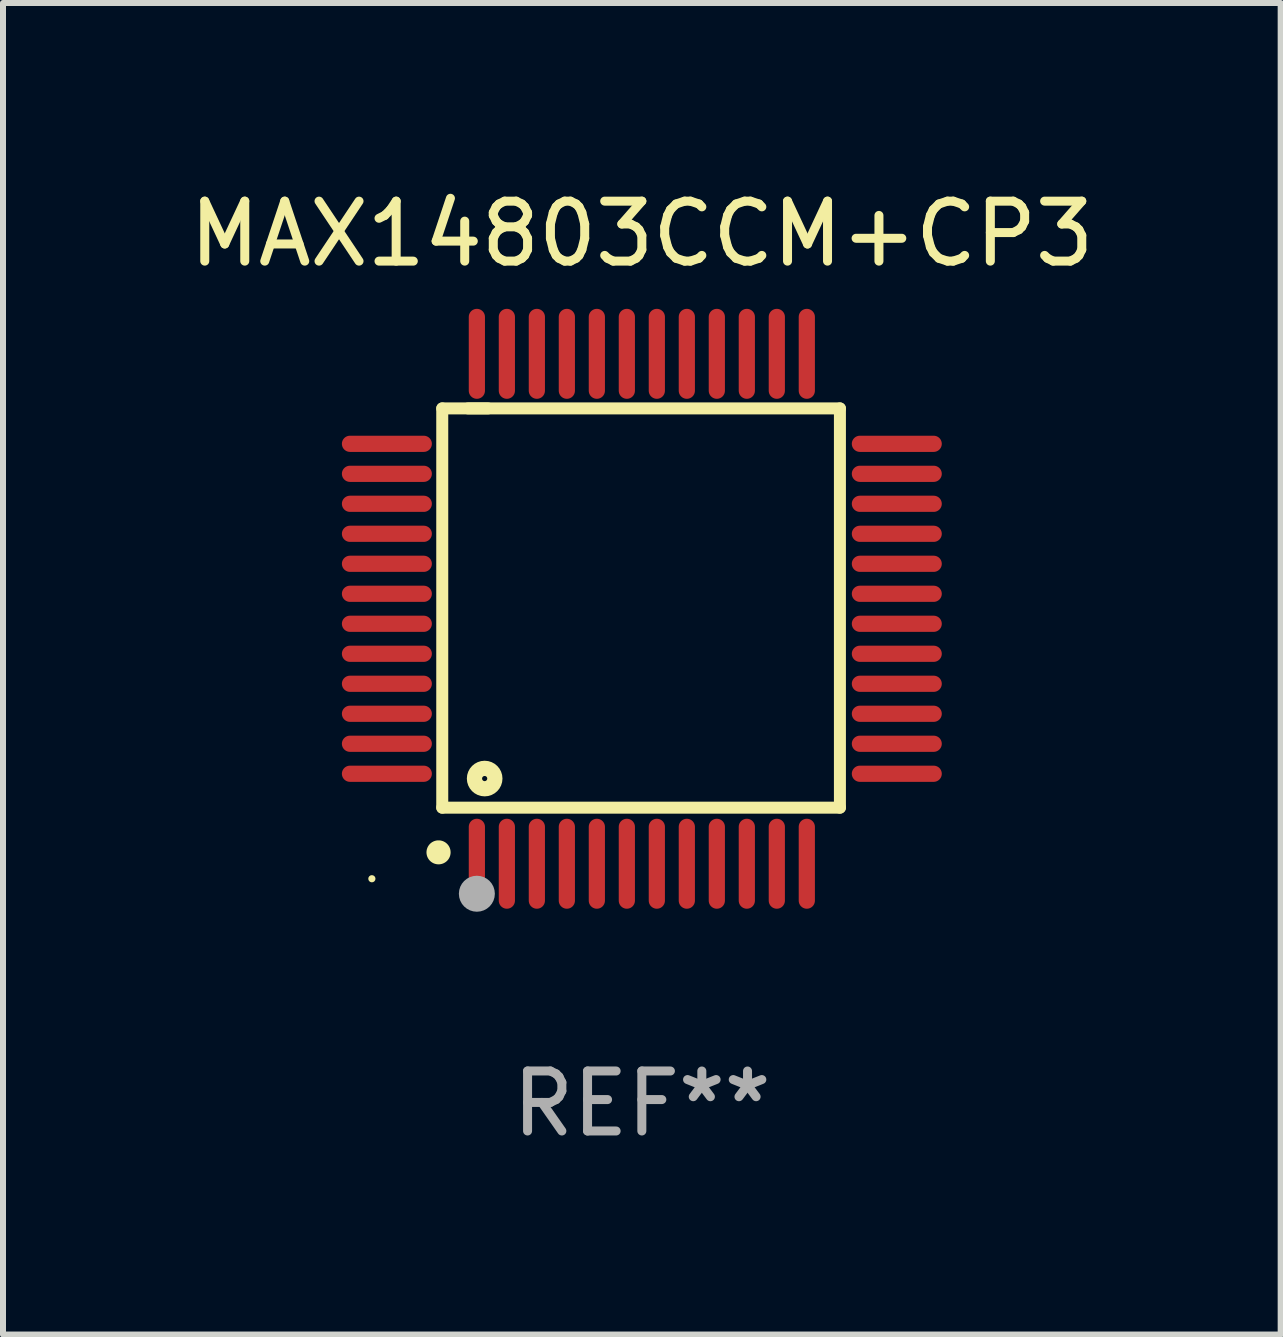
<source format=kicad_pcb>
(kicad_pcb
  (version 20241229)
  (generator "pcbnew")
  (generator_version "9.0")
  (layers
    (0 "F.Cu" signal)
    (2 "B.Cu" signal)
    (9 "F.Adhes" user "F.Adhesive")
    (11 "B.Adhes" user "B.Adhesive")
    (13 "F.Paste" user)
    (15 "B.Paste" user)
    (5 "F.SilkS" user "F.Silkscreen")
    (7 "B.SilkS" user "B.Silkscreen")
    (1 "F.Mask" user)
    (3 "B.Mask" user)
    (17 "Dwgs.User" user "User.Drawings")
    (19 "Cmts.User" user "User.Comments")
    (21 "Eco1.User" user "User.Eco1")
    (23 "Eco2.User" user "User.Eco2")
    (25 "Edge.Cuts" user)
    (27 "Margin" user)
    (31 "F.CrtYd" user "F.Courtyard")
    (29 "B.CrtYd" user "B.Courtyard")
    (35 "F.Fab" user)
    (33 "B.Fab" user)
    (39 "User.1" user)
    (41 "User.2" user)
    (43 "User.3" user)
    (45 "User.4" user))
  (footprint "MAX14803CCM+CP3"
    (layer "F.Cu")
    (at 7.649 7.098)
    (property "Reference" "MAX14803CCM+CP3" (at 0 -6.25 0) (layer "F.SilkS") (effects (font (size 1 1) (thickness 0.15))))
    (attr through_hole)
    (fp_line (start -3.327 -3.34) (end -2.565 -3.34) (stroke (width 0.2) (type solid)) (layer "F.SilkS"))
    (fp_line (start -3.327 3.315) (end -3.327 -3.34) (stroke (width 0.2) (type solid)) (layer "F.SilkS"))
    (fp_line (start -2.896 -3.34) (end 3.302 -3.34) (stroke (width 0.2) (type solid)) (layer "F.SilkS"))
    (fp_line (start 3.302 -3.34) (end 3.302 3.315) (stroke (width 0.2) (type solid)) (layer "F.SilkS"))
    (fp_line (start 3.302 3.315) (end -3.327 3.315) (stroke (width 0.2) (type solid)) (layer "F.SilkS"))
    (fp_arc (start -3.389992 4.059995) (mid -3.388722 4.059991) (end -3.387452 4.059995) (stroke (width 0.4) (type solid)) (layer "F.SilkS"))
    (fp_circle (center -4.5 4.5) (end -4.47 4.5) (stroke (width 0.06) (type solid)) (fill no) (layer "F.SilkS"))
    (fp_circle (center -2.62 2.83) (end -2.45 2.83) (stroke (width 0.254) (type solid)) (fill no) (layer "F.SilkS"))
    (fp_circle (center -2.75 4.75) (end -2.6 4.75) (stroke (width 0.3) (type solid)) (fill no) (layer "F.Fab"))
    (fp_text user "REF**" (at 0 8.25 0) (layer "F.Fab") (effects (font (size 1 1) (thickness 0.15))))
    (pad "1" smd oval (at -2.75 4.25) (size 0.27 1.5) (layers "F.Cu" "F.Mask" "F.Paste"))
    (pad "2" smd oval (at -2.25 4.25) (size 0.27 1.5) (layers "F.Cu" "F.Mask" "F.Paste"))
    (pad "3" smd oval (at -1.75 4.25) (size 0.27 1.5) (layers "F.Cu" "F.Mask" "F.Paste"))
    (pad "4" smd oval (at -1.25 4.25) (size 0.27 1.5) (layers "F.Cu" "F.Mask" "F.Paste"))
    (pad "5" smd oval (at -0.75 4.25) (size 0.27 1.5) (layers "F.Cu" "F.Mask" "F.Paste"))
    (pad "6" smd oval (at -0.25 4.25) (size 0.27 1.5) (layers "F.Cu" "F.Mask" "F.Paste"))
    (pad "7" smd oval (at 0.25 4.25) (size 0.27 1.5) (layers "F.Cu" "F.Mask" "F.Paste"))
    (pad "8" smd oval (at 0.75 4.25) (size 0.27 1.5) (layers "F.Cu" "F.Mask" "F.Paste"))
    (pad "9" smd oval (at 1.25 4.25) (size 0.27 1.5) (layers "F.Cu" "F.Mask" "F.Paste"))
    (pad "10" smd oval (at 1.75 4.25) (size 0.27 1.5) (layers "F.Cu" "F.Mask" "F.Paste"))
    (pad "11" smd oval (at 2.25 4.25) (size 0.27 1.5) (layers "F.Cu" "F.Mask" "F.Paste"))
    (pad "12" smd oval (at 2.75 4.25) (size 0.27 1.5) (layers "F.Cu" "F.Mask" "F.Paste"))
    (pad "13" smd oval (at 4.25 2.75) (size 1.5 0.27) (layers "F.Cu" "F.Mask" "F.Paste"))
    (pad "14" smd oval (at 4.25 2.25) (size 1.5 0.27) (layers "F.Cu" "F.Mask" "F.Paste"))
    (pad "15" smd oval (at 4.25 1.75) (size 1.5 0.27) (layers "F.Cu" "F.Mask" "F.Paste"))
    (pad "16" smd oval (at 4.25 1.25) (size 1.5 0.27) (layers "F.Cu" "F.Mask" "F.Paste"))
    (pad "17" smd oval (at 4.25 0.75) (size 1.5 0.27) (layers "F.Cu" "F.Mask" "F.Paste"))
    (pad "18" smd oval (at 4.25 0.25) (size 1.5 0.27) (layers "F.Cu" "F.Mask" "F.Paste"))
    (pad "19" smd oval (at 4.25 -0.25) (size 1.5 0.27) (layers "F.Cu" "F.Mask" "F.Paste"))
    (pad "20" smd oval (at 4.25 -0.75) (size 1.5 0.27) (layers "F.Cu" "F.Mask" "F.Paste"))
    (pad "21" smd oval (at 4.25 -1.25) (size 1.5 0.27) (layers "F.Cu" "F.Mask" "F.Paste"))
    (pad "22" smd oval (at 4.25 -1.75) (size 1.5 0.27) (layers "F.Cu" "F.Mask" "F.Paste"))
    (pad "23" smd oval (at 4.25 -2.25) (size 1.5 0.27) (layers "F.Cu" "F.Mask" "F.Paste"))
    (pad "24" smd oval (at 4.25 -2.75) (size 1.5 0.27) (layers "F.Cu" "F.Mask" "F.Paste"))
    (pad "25" smd oval (at 2.75 -4.25) (size 0.27 1.5) (layers "F.Cu" "F.Mask" "F.Paste"))
    (pad "26" smd oval (at 2.25 -4.25) (size 0.27 1.5) (layers "F.Cu" "F.Mask" "F.Paste"))
    (pad "27" smd oval (at 1.75 -4.25) (size 0.27 1.5) (layers "F.Cu" "F.Mask" "F.Paste"))
    (pad "28" smd oval (at 1.25 -4.25) (size 0.27 1.5) (layers "F.Cu" "F.Mask" "F.Paste"))
    (pad "29" smd oval (at 0.75 -4.25) (size 0.27 1.5) (layers "F.Cu" "F.Mask" "F.Paste"))
    (pad "30" smd oval (at 0.25 -4.25) (size 0.27 1.5) (layers "F.Cu" "F.Mask" "F.Paste"))
    (pad "31" smd oval (at -0.25 -4.25) (size 0.27 1.5) (layers "F.Cu" "F.Mask" "F.Paste"))
    (pad "32" smd oval (at -0.75 -4.25) (size 0.27 1.5) (layers "F.Cu" "F.Mask" "F.Paste"))
    (pad "33" smd oval (at -1.25 -4.25) (size 0.27 1.5) (layers "F.Cu" "F.Mask" "F.Paste"))
    (pad "34" smd oval (at -1.75 -4.25) (size 0.27 1.5) (layers "F.Cu" "F.Mask" "F.Paste"))
    (pad "35" smd oval (at -2.25 -4.25) (size 0.27 1.5) (layers "F.Cu" "F.Mask" "F.Paste"))
    (pad "36" smd oval (at -2.75 -4.25) (size 0.27 1.5) (layers "F.Cu" "F.Mask" "F.Paste"))
    (pad "37" smd oval (at -4.25 -2.75) (size 1.5 0.27) (layers "F.Cu" "F.Mask" "F.Paste"))
    (pad "38" smd oval (at -4.25 -2.25) (size 1.5 0.27) (layers "F.Cu" "F.Mask" "F.Paste"))
    (pad "39" smd oval (at -4.25 -1.75) (size 1.5 0.27) (layers "F.Cu" "F.Mask" "F.Paste"))
    (pad "40" smd oval (at -4.25 -1.25) (size 1.5 0.27) (layers "F.Cu" "F.Mask" "F.Paste"))
    (pad "41" smd oval (at -4.25 -0.75) (size 1.5 0.27) (layers "F.Cu" "F.Mask" "F.Paste"))
    (pad "42" smd oval (at -4.25 -0.25) (size 1.5 0.27) (layers "F.Cu" "F.Mask" "F.Paste"))
    (pad "43" smd oval (at -4.25 0.25) (size 1.5 0.27) (layers "F.Cu" "F.Mask" "F.Paste"))
    (pad "44" smd oval (at -4.25 0.75) (size 1.5 0.27) (layers "F.Cu" "F.Mask" "F.Paste"))
    (pad "45" smd oval (at -4.25 1.25) (size 1.5 0.27) (layers "F.Cu" "F.Mask" "F.Paste"))
    (pad "46" smd oval (at -4.25 1.75) (size 1.5 0.27) (layers "F.Cu" "F.Mask" "F.Paste"))
    (pad "47" smd oval (at -4.25 2.25) (size 1.5 0.27) (layers "F.Cu" "F.Mask" "F.Paste"))
    (pad "48" smd oval (at -4.25 2.75) (size 1.5 0.27) (layers "F.Cu" "F.Mask" "F.Paste")))
  (gr_rect
    (start -3 -3)
    (end 18.298 19.196)
    (stroke (width 0.1) (type default))
    (fill no)
    (layer "Edge.Cuts")))
</source>
